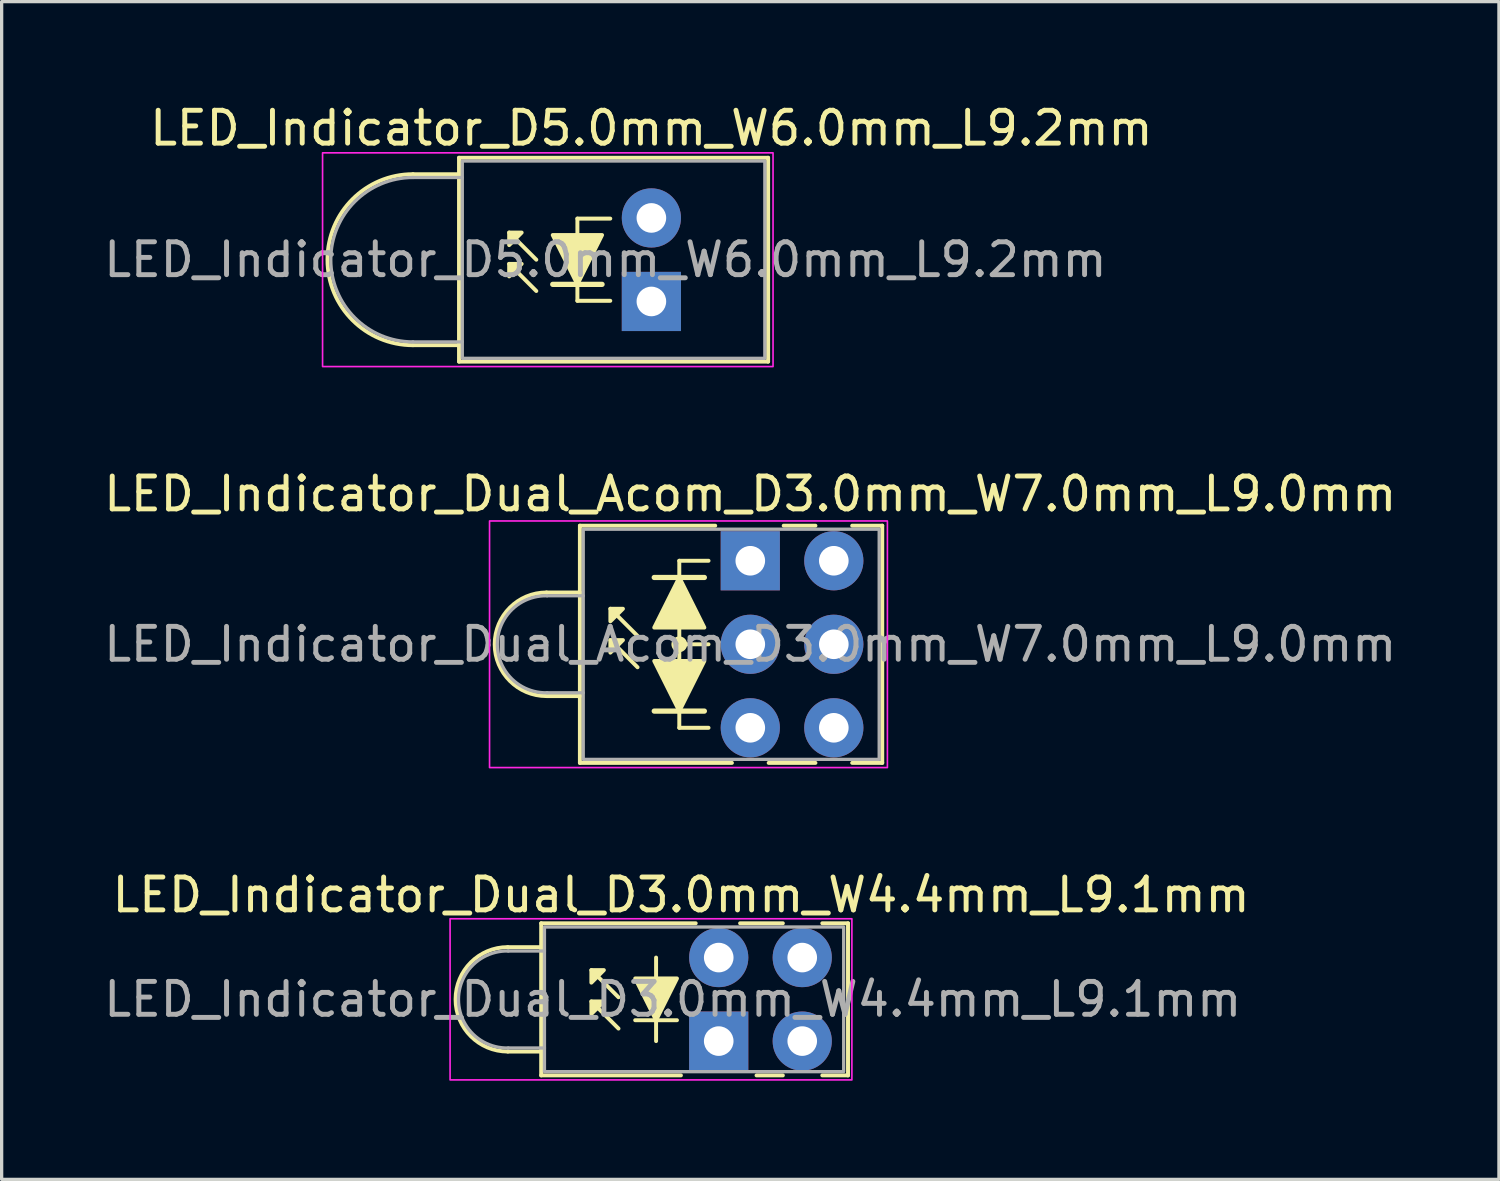
<source format=kicad_pcb>
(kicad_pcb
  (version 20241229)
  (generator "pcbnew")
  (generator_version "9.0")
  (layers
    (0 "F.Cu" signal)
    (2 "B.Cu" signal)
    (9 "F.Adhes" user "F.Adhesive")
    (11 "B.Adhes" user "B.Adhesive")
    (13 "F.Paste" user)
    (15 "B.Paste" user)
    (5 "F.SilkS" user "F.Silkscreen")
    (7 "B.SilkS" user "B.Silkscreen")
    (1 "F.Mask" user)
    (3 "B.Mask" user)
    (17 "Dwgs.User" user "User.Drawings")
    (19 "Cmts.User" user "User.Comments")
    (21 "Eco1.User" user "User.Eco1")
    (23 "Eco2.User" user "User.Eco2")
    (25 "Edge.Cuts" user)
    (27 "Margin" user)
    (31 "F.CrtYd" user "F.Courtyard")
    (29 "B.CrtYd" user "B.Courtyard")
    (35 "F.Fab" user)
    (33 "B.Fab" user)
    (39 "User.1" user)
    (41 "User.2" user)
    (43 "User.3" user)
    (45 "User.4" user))
  (footprint "LED_Indicator_Dual_D3.0mm_W4.4mm_L9.1mm"
    (layer "F.Cu")
    (at 18.808 28.612)
    (property "Reference" "LED_Indicator_Dual_D3.0mm_W4.4mm_L9.1mm" (at -1.143 -4.445 0) (layer "F.SilkS") (effects (font (size 1 1) (thickness 0.15))))
    (fp_line (start -5.399 -3.583) (end -5.399 1.043) (stroke (width 0.12) (type default)) (layer "F.SilkS"))
    (fp_line (start -5.399 -2.857) (end -6.415 -2.857) (stroke (width 0.12) (type default)) (layer "F.SilkS"))
    (fp_line (start -5.399 0.318) (end -6.415 0.318) (stroke (width 0.12) (type default)) (layer "F.SilkS"))
    (fp_line (start -5.399 1.043) (end -1.15 1.043) (stroke (width 0.12) (type default)) (layer "F.SilkS"))
    (fp_line (start -3.048 -1.333) (end -3.873 -2.159) (stroke (width 0.12) (type solid)) (layer "F.SilkS"))
    (fp_line (start -3.048 -0.381) (end -3.873 -1.206) (stroke (width 0.12) (type solid)) (layer "F.SilkS"))
    (fp_line (start -2.54 -0.635) (end -1.27 -0.635) (stroke (width 0.12) (type solid)) (layer "F.SilkS"))
    (fp_line (start -1.905 -2.54) (end -1.905 -1.905) (stroke (width 0.12) (type solid)) (layer "F.SilkS"))
    (fp_line (start -1.905 -0.635) (end -1.905 0) (stroke (width 0.12) (type solid)) (layer "F.SilkS"))
    (fp_line (start -0.7 -3.583) (end -5.399 -3.583) (stroke (width 0.12) (type default)) (layer "F.SilkS"))
    (fp_line (start 1.15 1.043) (end 1.95 1.043) (stroke (width 0.12) (type default)) (layer "F.SilkS"))
    (fp_line (start 1.95 -3.583) (end 0.65 -3.583) (stroke (width 0.12) (type default)) (layer "F.SilkS"))
    (fp_line (start 3.15 1.043) (end 3.932 1.043) (stroke (width 0.12) (type default)) (layer "F.SilkS"))
    (fp_line (start 3.932 -3.583) (end 3.15 -3.583) (stroke (width 0.12) (type default)) (layer "F.SilkS"))
    (fp_line (start 3.932 1.043) (end 3.932 -3.583) (stroke (width 0.12) (type default)) (layer "F.SilkS"))
    (fp_arc (start -6.415 0.3175) (mid -8.0025 -1.27) (end -6.415 -2.8575) (stroke (width 0.12) (type default)) (layer "F.SilkS"))
    (fp_poly (pts (xy -3.493 -2.159) (xy -3.873 -1.778) (xy -3.873 -2.159)) (stroke (width 0.12) (type solid)) (fill yes) (layer "F.SilkS"))
    (fp_poly (pts (xy -3.493 -1.206) (xy -3.873 -0.826) (xy -3.873 -1.206)) (stroke (width 0.12) (type solid)) (fill yes) (layer "F.SilkS"))
    (fp_poly (pts (xy -1.27 -1.905) (xy -1.905 -0.635) (xy -2.54 -1.905)) (stroke (width 0.12) (type solid)) (fill yes) (layer "F.SilkS"))
    (fp_rect (start -8.17 -3.72) (end 4.05 1.18) (stroke (width 0.05) (type default)) (fill no) (layer "F.CrtYd"))
    (fp_line (start -5.3 -2.74) (end -6.4 -2.74) (stroke (width 0.1) (type default)) (layer "F.Fab"))
    (fp_line (start -5.3 0.21) (end -6.4 0.21) (stroke (width 0.1) (type default)) (layer "F.Fab"))
    (fp_rect (start -5.3 -3.47) (end 3.8 0.93) (stroke (width 0.1) (type default)) (fill no) (layer "F.Fab"))
    (fp_arc (start -6.4 0.21) (mid -7.915305 -1.265) (end -6.4 -2.74) (stroke (width 0.1) (type default)) (layer "F.Fab"))
    (fp_text user "${REFERENCE}" (at -1.397 -1.27 0) (layer "F.Fab") (effects (font (size 1 1) (thickness 0.15))))
    (pad "1" thru_hole rect (at 0 0) (size 1.8 1.8) (drill 0.9) (layers "*.Cu" "*.Mask"))
    (pad "2" thru_hole circle (at 2.54 0) (size 1.8 1.8) (drill 0.9) (layers "*.Cu" "*.Mask"))
    (pad "3" thru_hole oval (at 2.54 -2.54) (size 1.8 1.8) (drill 0.9) (layers "*.Cu" "*.Mask"))
    (pad "4" thru_hole oval (at 0 -2.54) (size 1.8 1.8) (drill 0.9) (layers "*.Cu" "*.Mask")))
  (footprint "LED_Indicator_Dual_Acom_D3.0mm_W7.0mm_L9.0mm"
    (layer "F.Cu")
    (at 19.768 14.004)
    (property "Reference" "LED_Indicator_Dual_Acom_D3.0mm_W7.0mm_L9.0mm" (at 0 -2.032 0) (layer "F.SilkS") (effects (font (size 1 1) (thickness 0.15))))
    (fp_line (start -5.182 -1.067) (end -5.182 0.965) (stroke (width 0.12) (type default)) (layer "F.SilkS"))
    (fp_line (start -5.182 -1.067) (end -1.067 -1.067) (stroke (width 0.12) (type default)) (layer "F.SilkS"))
    (fp_line (start -5.182 0.965) (end -6.198 0.965) (stroke (width 0.12) (type default)) (layer "F.SilkS"))
    (fp_line (start -5.182 4.115) (end -6.198 4.115) (stroke (width 0.12) (type default)) (layer "F.SilkS"))
    (fp_line (start -5.182 4.115) (end -5.182 0.965) (stroke (width 0.12) (type default)) (layer "F.SilkS"))
    (fp_line (start -5.182 6.147) (end -5.182 4.115) (stroke (width 0.12) (type default)) (layer "F.SilkS"))
    (fp_line (start -3.429 2.286) (end -4.255 1.46) (stroke (width 0.12) (type solid)) (layer "F.SilkS"))
    (fp_line (start -3.429 3.239) (end -4.255 2.413) (stroke (width 0.12) (type solid)) (layer "F.SilkS"))
    (fp_line (start -2.159 0) (end -2.159 0.508) (stroke (width 0.12) (type default)) (layer "F.SilkS"))
    (fp_line (start -2.159 0.508) (end -2.921 0.508) (stroke (width 0.16) (type default)) (layer "F.SilkS"))
    (fp_line (start -2.159 0.508) (end -1.397 0.508) (stroke (width 0.16) (type default)) (layer "F.SilkS"))
    (fp_line (start -2.159 2.032) (end -2.159 2.54) (stroke (width 0.12) (type default)) (layer "F.SilkS"))
    (fp_line (start -2.159 2.54) (end -1.27 2.54) (stroke (width 0.12) (type default)) (layer "F.SilkS"))
    (fp_line (start -2.159 3.048) (end -2.159 2.54) (stroke (width 0.12) (type default)) (layer "F.SilkS"))
    (fp_line (start -2.159 4.572) (end -2.921 4.572) (stroke (width 0.16) (type default)) (layer "F.SilkS"))
    (fp_line (start -2.159 4.572) (end -1.397 4.572) (stroke (width 0.16) (type default)) (layer "F.SilkS"))
    (fp_line (start -2.159 5.08) (end -2.159 4.572) (stroke (width 0.12) (type default)) (layer "F.SilkS"))
    (fp_line (start -2.159 5.08) (end -1.27 5.08) (stroke (width 0.12) (type default)) (layer "F.SilkS"))
    (fp_line (start -1.27 0) (end -2.159 0) (stroke (width 0.12) (type default)) (layer "F.SilkS"))
    (fp_line (start -0.559 6.147) (end -5.182 6.147) (stroke (width 0.12) (type default)) (layer "F.SilkS"))
    (fp_line (start 1.016 -1.067) (end 1.981 -1.067) (stroke (width 0.12) (type default)) (layer "F.SilkS"))
    (fp_line (start 1.981 6.147) (end 0.559 6.147) (stroke (width 0.12) (type default)) (layer "F.SilkS"))
    (fp_line (start 3.099 -1.067) (end 4.013 -1.067) (stroke (width 0.12) (type default)) (layer "F.SilkS"))
    (fp_line (start 4.013 -1.067) (end 4.013 6.147) (stroke (width 0.12) (type default)) (layer "F.SilkS"))
    (fp_line (start 4.013 6.147) (end 3.099 6.147) (stroke (width 0.12) (type default)) (layer "F.SilkS"))
    (fp_arc (start -6.1976 4.1148) (mid -7.7724 2.54) (end -6.1976 0.9652) (stroke (width 0.12) (type default)) (layer "F.SilkS"))
    (fp_circle (center -2.159 2.54) (end -2.032 2.413) (stroke (width 0.12) (type default)) (fill yes) (layer "F.SilkS"))
    (fp_poly (pts (xy -3.873 1.46) (xy -4.255 1.841) (xy -4.255 1.46)) (stroke (width 0.12) (type solid)) (fill yes) (layer "F.SilkS"))
    (fp_poly (pts (xy -3.873 2.413) (xy -4.255 2.794) (xy -4.255 2.413)) (stroke (width 0.12) (type solid)) (fill yes) (layer "F.SilkS"))
    (fp_poly (pts (xy -2.159 0.508) (xy -1.397 2.032) (xy -2.921 2.032)) (stroke (width 0.12) (type solid)) (fill yes) (layer "F.SilkS"))
    (fp_poly (pts (xy -2.159 4.572) (xy -2.921 3.048) (xy -1.397 3.048)) (stroke (width 0.12) (type solid)) (fill yes) (layer "F.SilkS"))
    (fp_rect (start -7.93 -1.21) (end 4.17 6.29) (stroke (width 0.05) (type default)) (fill no) (layer "F.CrtYd"))
    (fp_line (start -5.08 1.065) (end -6.18 1.065) (stroke (width 0.1) (type default)) (layer "F.Fab"))
    (fp_line (start -5.08 4.015) (end -6.18 4.015) (stroke (width 0.1) (type default)) (layer "F.Fab"))
    (fp_rect (start -5.08 -0.96) (end 3.92 6.04) (stroke (width 0.1) (type default)) (fill no) (layer "F.Fab"))
    (fp_arc (start -6.18 4.015) (mid -7.695305 2.54) (end -6.18 1.065) (stroke (width 0.1) (type default)) (layer "F.Fab"))
    (fp_text user "${REFERENCE}" (at 0 2.54 0) (layer "F.Fab") (effects (font (size 1 1) (thickness 0.15))))
    (pad "1" thru_hole rect (at 0 0) (size 1.8 1.8) (drill 0.9) (layers "*.Cu" "*.Mask"))
    (pad "2" thru_hole circle (at 0 2.54) (size 1.8 1.8) (drill 0.9) (layers "*.Cu" "*.Mask"))
    (pad "3" thru_hole circle (at 0 5.08) (size 1.8 1.8) (drill 0.9) (layers "*.Cu" "*.Mask"))
    (pad "4" thru_hole circle (at 2.54 5.08) (size 1.8 1.8) (drill 0.9) (layers "*.Cu" "*.Mask"))
    (pad "5" thru_hole circle (at 2.54 2.54) (size 1.8 1.8) (drill 0.9) (layers "*.Cu" "*.Mask"))
    (pad "6" thru_hole circle (at 2.54 0) (size 1.8 1.8) (drill 0.9) (layers "*.Cu" "*.Mask")))
  (footprint "LED_Indicator_D5.0mm_W6.0mm_L9.2mm"
    (layer "F.Cu")
    (at 16.76 6.118)
    (property "Reference" "LED_Indicator_D5.0mm_W6.0mm_L9.2mm" (at 0 -5.27 0) (layer "F.SilkS") (effects (font (size 1 1) (thickness 0.15))))
    (fp_line (start -7.25 1.33) (end -5.85 1.33) (stroke (width 0.12) (type default)) (layer "F.SilkS"))
    (fp_line (start -5.85 -4.37) (end -5.85 -3.87) (stroke (width 0.12) (type default)) (layer "F.SilkS"))
    (fp_line (start -5.85 -3.87) (end -7.25 -3.87) (stroke (width 0.12) (type default)) (layer "F.SilkS"))
    (fp_line (start -5.85 -3.87) (end -5.85 1.33) (stroke (width 0.12) (type default)) (layer "F.SilkS"))
    (fp_line (start -5.85 1.33) (end -5.85 1.83) (stroke (width 0.12) (type default)) (layer "F.SilkS"))
    (fp_line (start -5.85 1.83) (end 3.55 1.83) (stroke (width 0.12) (type default)) (layer "F.SilkS"))
    (fp_line (start -3.5 -1.27) (end -4.325 -2.095) (stroke (width 0.12) (type solid)) (layer "F.SilkS"))
    (fp_line (start -3.5 -0.318) (end -4.325 -1.143) (stroke (width 0.12) (type solid)) (layer "F.SilkS"))
    (fp_line (start -2.25 -2.52) (end -2.25 -0.02) (stroke (width 0.12) (type default)) (layer "F.SilkS"))
    (fp_line (start -2.25 -0.02) (end -1.25 -0.02) (stroke (width 0.12) (type default)) (layer "F.SilkS"))
    (fp_line (start -1.5 -0.52) (end -3 -0.52) (stroke (width 0.16) (type default)) (layer "F.SilkS"))
    (fp_line (start -1.25 -2.52) (end -2.25 -2.52) (stroke (width 0.12) (type default)) (layer "F.SilkS"))
    (fp_line (start 3.55 -4.37) (end -5.85 -4.37) (stroke (width 0.12) (type default)) (layer "F.SilkS"))
    (fp_line (start 3.55 1.83) (end 3.55 -4.37) (stroke (width 0.12) (type default)) (layer "F.SilkS"))
    (fp_arc (start -7.25 1.33) (mid -9.85 -1.27) (end -7.25 -3.87) (stroke (width 0.12) (type default)) (layer "F.SilkS"))
    (fp_poly (pts (xy -3.945 -2.095) (xy -4.325 -1.714) (xy -4.325 -2.095)) (stroke (width 0.12) (type solid)) (fill yes) (layer "F.SilkS"))
    (fp_poly (pts (xy -3.945 -1.143) (xy -4.325 -0.762) (xy -4.325 -1.143)) (stroke (width 0.12) (type solid)) (fill yes) (layer "F.SilkS"))
    (fp_poly (pts (xy -2.25 -0.52) (xy -3 -2.02) (xy -1.5 -2.02)) (stroke (width 0.12) (type solid)) (fill yes) (layer "F.SilkS"))
    (fp_rect (start -10 -4.52) (end 3.7 1.98) (stroke (width 0.05) (type default)) (fill no) (layer "F.CrtYd"))
    (fp_line (start -7.25 -3.77) (end -5.75 -3.77) (stroke (width 0.1) (type default)) (layer "F.Fab"))
    (fp_line (start -7.25 1.23) (end -5.75 1.23) (stroke (width 0.1) (type default)) (layer "F.Fab"))
    (fp_rect (start -5.75 -4.27) (end 3.45 1.73) (stroke (width 0.1) (type default)) (fill no) (layer "F.Fab"))
    (fp_arc (start -7.25 1.23) (mid -9.75 -1.27) (end -7.25 -3.77) (stroke (width 0.1) (type default)) (layer "F.Fab"))
    (fp_text user "${REFERENCE}" (at -1.397 -1.27 0) (layer "F.Fab") (effects (font (size 1 1) (thickness 0.15))))
    (pad "1" thru_hole rect (at 0 0) (size 1.8 1.8) (drill 0.9) (layers "*.Cu" "*.Mask"))
    (pad "2" thru_hole oval (at 0 -2.54) (size 1.8 1.8) (drill 0.9) (layers "*.Cu" "*.Mask")))
  (gr_rect
    (start -3 -3)
    (end 42.536 32.817)
    (stroke (width 0.1) (type default))
    (fill no)
    (layer "Edge.Cuts")))
</source>
